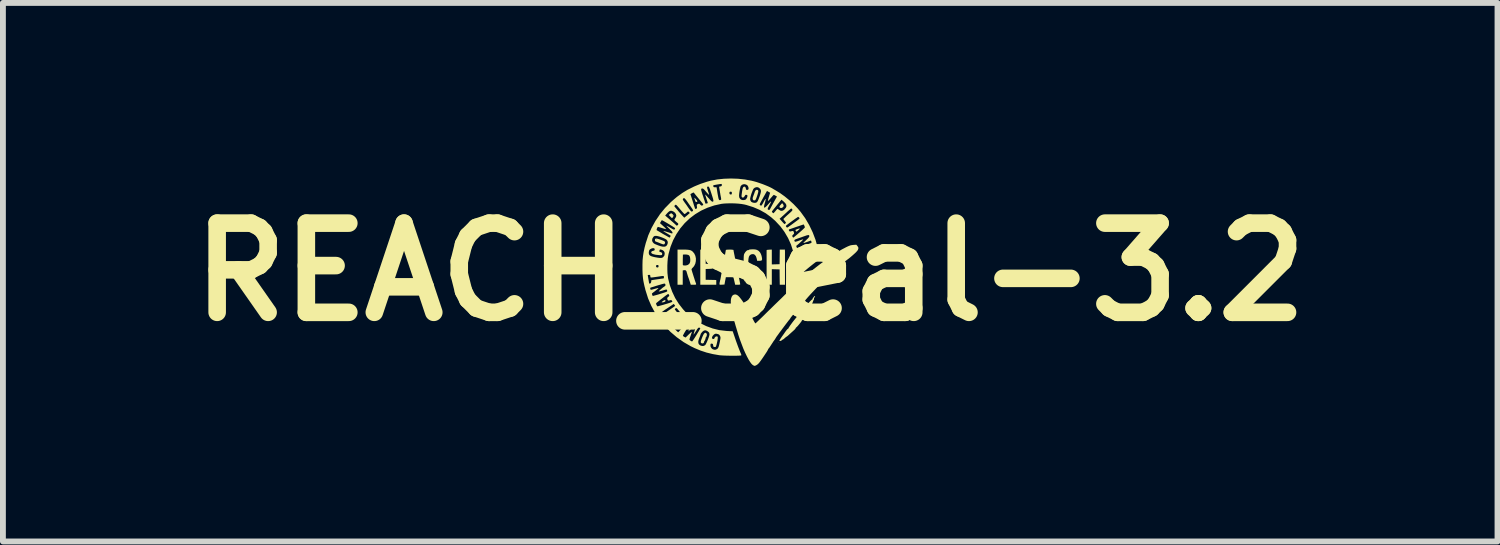
<source format=kicad_pcb>
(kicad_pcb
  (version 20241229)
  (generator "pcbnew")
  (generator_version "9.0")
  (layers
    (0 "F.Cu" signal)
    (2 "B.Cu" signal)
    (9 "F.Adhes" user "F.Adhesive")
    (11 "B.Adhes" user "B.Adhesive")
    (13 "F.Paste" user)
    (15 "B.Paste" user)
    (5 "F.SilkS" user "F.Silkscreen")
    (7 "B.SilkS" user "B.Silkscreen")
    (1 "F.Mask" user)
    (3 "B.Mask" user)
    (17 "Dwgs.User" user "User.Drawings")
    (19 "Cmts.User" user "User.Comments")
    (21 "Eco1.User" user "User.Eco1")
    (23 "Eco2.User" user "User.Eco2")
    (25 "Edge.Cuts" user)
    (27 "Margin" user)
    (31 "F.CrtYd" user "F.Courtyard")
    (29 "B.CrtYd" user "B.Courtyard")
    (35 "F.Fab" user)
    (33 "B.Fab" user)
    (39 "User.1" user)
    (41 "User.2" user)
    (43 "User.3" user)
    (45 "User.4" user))
  (footprint "REACH_Seal-3.2"
    (layer "F.Cu")
    (at 9.768 1.597)
    (property "Reference" "REACH_Seal-3.2" (at 0 0 0) (layer "F.SilkS") (effects (font (size 1.524 1.524) (thickness 0.3))))
    (attr board_only exclude_from_pos_files exclude_from_bom)
    (fp_poly (pts (xy -1.522 0.529) (xy -1.525 0.532) (xy -1.529 0.529) (xy -1.525 0.525)) (stroke (width 0) (type solid)) (fill yes) (layer "F.SilkS"))
    (fp_poly (pts (xy 0.485 1.204) (xy 0.481 1.208) (xy 0.478 1.204) (xy 0.481 1.201)) (stroke (width 0) (type solid)) (fill yes) (layer "F.SilkS"))
    (fp_poly (pts (xy -1.452 0.482) (xy -1.447 0.492) (xy -1.447 0.494) (xy -1.453 0.504) (xy -1.468 0.512) (xy -1.488 0.518) (xy -1.5 0.519) (xy -1.512 0.518) (xy -1.512 0.514) (xy -1.504 0.506) (xy -1.483 0.49) (xy -1.465 0.481)) (stroke (width 0) (type solid)) (fill yes) (layer "F.SilkS"))
    (fp_poly (pts (xy -0.949 -1.265) (xy -0.942 -1.259) (xy -0.927 -1.243) (xy -0.913 -1.226) (xy -0.904 -1.212) (xy -0.904 -1.204) (xy -0.908 -1.2) (xy -0.923 -1.195) (xy -0.933 -1.2) (xy -0.941 -1.218) (xy -0.942 -1.222) (xy -0.948 -1.242) (xy -0.953 -1.259) (xy -0.954 -1.261) (xy -0.955 -1.268)) (stroke (width 0) (type solid)) (fill yes) (layer "F.SilkS"))
    (fp_poly (pts (xy 0.846 -0.739) (xy 0.837 -0.727) (xy 0.825 -0.717) (xy 0.808 -0.702) (xy 0.795 -0.692) (xy 0.79 -0.689) (xy 0.784 -0.695) (xy 0.778 -0.703) (xy 0.773 -0.713) (xy 0.773 -0.718) (xy 0.78 -0.723) (xy 0.797 -0.73) (xy 0.804 -0.733) (xy 0.829 -0.741) (xy 0.844 -0.744)) (stroke (width 0) (type solid)) (fill yes) (layer "F.SilkS"))
    (fp_poly (pts (xy -1.198 0.899) (xy -1.183 0.911) (xy -1.208 0.94) (xy -1.223 0.956) (xy -1.233 0.966) (xy -1.237 0.969) (xy -1.244 0.964) (xy -1.254 0.953) (xy -1.255 0.951) (xy -1.265 0.937) (xy -1.269 0.928) (xy -1.269 0.928) (xy -1.265 0.92) (xy -1.256 0.906) (xy -1.255 0.905) (xy -1.237 0.89) (xy -1.218 0.889)) (stroke (width 0) (type solid)) (fill yes) (layer "F.SilkS"))
    (fp_poly (pts (xy -0.58 -0.301) (xy -0.761 -0.297) (xy -0.761 -0.14) (xy -0.628 -0.136) (xy -0.628 -0.111) (xy -0.629 -0.086) (xy -0.632 -0.07) (xy -0.64 -0.06) (xy -0.656 -0.056) (xy -0.681 -0.054) (xy -0.699 -0.053) (xy -0.761 -0.051) (xy -0.761 0.133) (xy -0.58 0.137) (xy -0.58 0.218) (xy -0.853 0.218) (xy -0.853 -0.382) (xy -0.58 -0.382)) (stroke (width 0) (type solid)) (fill yes) (layer "F.SilkS"))
    (fp_poly (pts (xy 0.559 -1.16) (xy 0.571 -1.14) (xy 0.571 -1.123) (xy 0.559 -1.107) (xy 0.541 -1.095) (xy 0.522 -1.093) (xy 0.506 -1.1) (xy 0.5 -1.11) (xy 0.501 -1.121) (xy 0.51 -1.137) (xy 0.516 -1.143) (xy 0.56 -1.143) (xy 0.563 -1.14) (xy 0.566 -1.143) (xy 0.563 -1.146) (xy 0.56 -1.143) (xy 0.516 -1.143) (xy 0.522 -1.15) (xy 0.545 -1.176)) (stroke (width 0) (type solid)) (fill yes) (layer "F.SilkS"))
    (fp_poly (pts (xy -1.339 -0.998) (xy -1.325 -0.986) (xy -1.314 -0.972) (xy -1.31 -0.962) (xy -1.314 -0.949) (xy -1.322 -0.935) (xy -1.332 -0.924) (xy -1.337 -0.921) (xy -1.344 -0.926) (xy -1.356 -0.938) (xy -1.366 -0.948) (xy -1.376 -0.959) (xy -1.338 -0.959) (xy -1.334 -0.955) (xy -1.331 -0.959) (xy -1.334 -0.962) (xy -1.338 -0.959) (xy -1.376 -0.959) (xy -1.392 -0.975) (xy -1.374 -0.989) (xy -1.36 -0.999) (xy -1.352 -1.003) (xy -1.351 -1.003)) (stroke (width 0) (type solid)) (fill yes) (layer "F.SilkS"))
    (fp_poly (pts (xy 0.128 -1.401) (xy 0.136 -1.393) (xy 0.139 -1.379) (xy 0.135 -1.357) (xy 0.126 -1.325) (xy 0.119 -1.304) (xy 0.108 -1.272) (xy 0.098 -1.247) (xy 0.089 -1.231) (xy 0.084 -1.226) (xy 0.064 -1.222) (xy 0.049 -1.23) (xy 0.049 -1.23) (xy 0.042 -1.246) (xy 0.043 -1.269) (xy 0.051 -1.292) (xy 0.059 -1.314) (xy 0.068 -1.338) (xy 0.069 -1.341) (xy 0.079 -1.372) (xy 0.09 -1.392) (xy 0.101 -1.402) (xy 0.113 -1.404)) (stroke (width 0) (type solid)) (fill yes) (layer "F.SilkS"))
    (fp_poly (pts (xy 0.369 -0.129) (xy 0.435 -0.131) (xy 0.502 -0.133) (xy 0.505 -0.372) (xy 0.58 -0.372) (xy 0.583 -0.369) (xy 0.587 -0.372) (xy 0.583 -0.375) (xy 0.58 -0.372) (xy 0.505 -0.372) (xy 0.505 -0.382) (xy 0.594 -0.382) (xy 0.594 0.218) (xy 0.505 0.218) (xy 0.503 0.087) (xy 0.502 -0.044) (xy 0.435 -0.046) (xy 0.369 -0.048) (xy 0.369 0.218) (xy 0.28 0.218) (xy 0.28 -0.075) (xy 0.28 -0.137) (xy 0.28 -0.195) (xy 0.28 -0.247) (xy 0.28 -0.292) (xy 0.28 -0.329) (xy 0.28 -0.355) (xy 0.28 -0.371) (xy 0.28 -0.374) (xy 0.286 -0.377) (xy 0.302 -0.379) (xy 0.324 -0.381) (xy 0.369 -0.383)) (stroke (width 0) (type solid)) (fill yes) (layer "F.SilkS"))
    (fp_poly (pts (xy -1.583 -0.568) (xy -1.551 -0.558) (xy -1.535 -0.552) (xy -1.501 -0.54) (xy -1.477 -0.53) (xy -1.463 -0.521) (xy -1.456 -0.513) (xy -1.455 -0.503) (xy -1.457 -0.493) (xy -1.464 -0.476) (xy -1.479 -0.471) (xy -1.501 -0.476) (xy -1.514 -0.481) (xy -1.533 -0.488) (xy -1.535 -0.489) (xy -1.561 -0.5) (xy -1.579 -0.507) (xy -1.592 -0.512) (xy -1.604 -0.516) (xy -1.607 -0.517) (xy -1.621 -0.523) (xy -1.627 -0.534) (xy -1.628 -0.547) (xy -1.627 -0.55) (xy -1.601 -0.55) (xy -1.6 -0.546) (xy -1.597 -0.546) (xy -1.591 -0.548) (xy -1.592 -0.55) (xy -1.6 -0.551) (xy -1.601 -0.55) (xy -1.627 -0.55) (xy -1.626 -0.561) (xy -1.619 -0.569) (xy -1.605 -0.572)) (stroke (width 0) (type solid)) (fill yes) (layer "F.SilkS"))
    (fp_poly (pts (xy -0.758 1.04) (xy -0.748 1.046) (xy -0.747 1.051) (xy -0.746 1.058) (xy -0.743 1.059) (xy -0.74 1.066) (xy -0.742 1.081) (xy -0.746 1.098) (xy -0.753 1.112) (xy -0.759 1.119) (xy -0.76 1.119) (xy -0.763 1.122) (xy -0.762 1.123) (xy -0.762 1.132) (xy -0.766 1.147) (xy -0.773 1.165) (xy -0.781 1.181) (xy -0.788 1.189) (xy -0.791 1.194) (xy -0.79 1.194) (xy -0.788 1.199) (xy -0.792 1.208) (xy -0.804 1.219) (xy -0.821 1.221) (xy -0.837 1.214) (xy -0.838 1.213) (xy -0.844 1.205) (xy -0.845 1.194) (xy -0.842 1.177) (xy -0.834 1.153) (xy -0.822 1.121) (xy -0.806 1.084) (xy -0.793 1.059) (xy -0.78 1.045) (xy -0.768 1.039)) (stroke (width 0) (type solid)) (fill yes) (layer "F.SilkS"))
    (fp_poly (pts (xy -1.148 -0.382) (xy -1.101 -0.382) (xy -1.066 -0.38) (xy -1.038 -0.376) (xy -1.017 -0.37) (xy -1 -0.361) (xy -0.983 -0.348) (xy -0.981 -0.346) (xy -0.955 -0.314) (xy -0.937 -0.275) (xy -0.928 -0.231) (xy -0.929 -0.186) (xy -0.938 -0.143) (xy -0.957 -0.104) (xy -0.975 -0.081) (xy -0.991 -0.065) (xy -1.001 -0.051) (xy -1.003 -0.046) (xy -1.001 -0.037) (xy -0.996 -0.018) (xy -0.988 0.009) (xy -0.978 0.04) (xy -0.968 0.073) (xy -0.957 0.106) (xy -0.948 0.135) (xy -0.94 0.159) (xy -0.935 0.173) (xy -0.935 0.174) (xy -0.926 0.196) (xy -0.924 0.21) (xy -0.93 0.216) (xy -0.946 0.218) (xy -0.968 0.218) (xy -1.016 0.218) (xy -1.031 0.169) (xy -1.04 0.141) (xy -1.048 0.116) (xy -1.055 0.099) (xy -1.055 0.098) (xy -1.062 0.079) (xy -1.07 0.054) (xy -1.074 0.04) (xy -1.081 0.017) (xy -1.087 -0.003) (xy -1.089 -0.012) (xy -1.1 -0.027) (xy -1.119 -0.032) (xy -1.136 -0.03) (xy -1.153 -0.026) (xy -1.153 0.218) (xy -1.242 0.218) (xy -1.242 -0.15) (xy -1.152 -0.15) (xy -1.152 -0.13) (xy -1.151 -0.12) (xy -1.151 -0.119) (xy -1.142 -0.113) (xy -1.124 -0.111) (xy -1.102 -0.111) (xy -1.08 -0.116) (xy -1.068 -0.12) (xy -1.049 -0.133) (xy -1.035 -0.149) (xy -1.034 -0.151) (xy -1.026 -0.175) (xy -1.024 -0.207) (xy -1.027 -0.241) (xy -1.031 -0.259) (xy -1.04 -0.278) (xy -1.053 -0.289) (xy -1.064 -0.293) (xy -1.087 -0.298) (xy -1.113 -0.299) (xy -1.119 -0.299) (xy -1.15 -0.297) (xy -1.152 -0.212) (xy -1.152 -0.179) (xy -1.152 -0.15) (xy -1.242 -0.15) (xy -1.242 -0.382)) (stroke (width 0) (type solid)) (fill yes) (layer "F.SilkS"))
    (fp_poly (pts (xy -0.324 -0.382) (xy -0.302 -0.38) (xy -0.289 -0.378) (xy -0.287 -0.377) (xy -0.285 -0.369) (xy -0.282 -0.349) (xy -0.276 -0.319) (xy -0.268 -0.28) (xy -0.259 -0.233) (xy -0.248 -0.179) (xy -0.236 -0.121) (xy -0.229 -0.084) (xy -0.216 -0.023) (xy -0.205 0.034) (xy -0.195 0.085) (xy -0.186 0.13) (xy -0.179 0.166) (xy -0.174 0.192) (xy -0.171 0.208) (xy -0.171 0.211) (xy -0.177 0.215) (xy -0.195 0.218) (xy -0.214 0.218) (xy -0.257 0.218) (xy -0.269 0.165) (xy -0.275 0.139) (xy -0.281 0.116) (xy -0.284 0.102) (xy -0.284 0.101) (xy -0.288 0.095) (xy -0.295 0.091) (xy -0.31 0.09) (xy -0.335 0.089) (xy -0.352 0.089) (xy -0.38 0.089) (xy -0.402 0.089) (xy -0.414 0.09) (xy -0.417 0.09) (xy -0.418 0.097) (xy -0.421 0.115) (xy -0.426 0.139) (xy -0.429 0.154) (xy -0.44 0.215) (xy -0.483 0.217) (xy -0.506 0.218) (xy -0.519 0.217) (xy -0.524 0.213) (xy -0.525 0.204) (xy -0.525 0.203) (xy -0.523 0.184) (xy -0.519 0.167) (xy -0.516 0.152) (xy -0.51 0.127) (xy -0.504 0.097) (xy -0.499 0.068) (xy -0.494 0.039) (xy -0.486 0.00006) (xy -0.483 -0.015) (xy -0.399 -0.015) (xy -0.398 -0.005) (xy -0.395 0.000323) (xy -0.389 0.003) (xy -0.382 0.006) (xy -0.38 0.006) (xy -0.353 0.012) (xy -0.334 0.012) (xy -0.319 0.006) (xy -0.307 -0.001) (xy -0.302 -0.003) (xy -0.302 -0.01) (xy -0.305 -0.027) (xy -0.31 -0.052) (xy -0.313 -0.069) (xy -0.32 -0.101) (xy -0.325 -0.133) (xy -0.329 -0.158) (xy -0.331 -0.165) (xy -0.334 -0.186) (xy -0.336 -0.202) (xy -0.337 -0.206) (xy -0.341 -0.219) (xy -0.344 -0.234) (xy -0.35 -0.248) (xy -0.357 -0.252) (xy -0.361 -0.244) (xy -0.362 -0.237) (xy -0.363 -0.224) (xy -0.366 -0.201) (xy -0.371 -0.172) (xy -0.378 -0.138) (xy -0.378 -0.136) (xy -0.387 -0.09) (xy -0.393 -0.056) (xy -0.397 -0.032) (xy -0.399 -0.015) (xy -0.483 -0.015) (xy -0.477 -0.047) (xy -0.468 -0.099) (xy -0.458 -0.152) (xy -0.45 -0.191) (xy -0.441 -0.238) (xy -0.433 -0.282) (xy -0.426 -0.319) (xy -0.421 -0.349) (xy -0.418 -0.368) (xy -0.416 -0.376) (xy -0.416 -0.376) (xy -0.41 -0.379) (xy -0.393 -0.381) (xy -0.368 -0.382) (xy -0.351 -0.382)) (stroke (width 0) (type solid)) (fill yes) (layer "F.SilkS"))
    (fp_poly (pts (xy 0.081 -0.386) (xy 0.116 -0.377) (xy 0.144 -0.36) (xy 0.167 -0.335) (xy 0.172 -0.327) (xy 0.183 -0.306) (xy 0.192 -0.281) (xy 0.198 -0.256) (xy 0.202 -0.232) (xy 0.203 -0.215) (xy 0.199 -0.206) (xy 0.199 -0.206) (xy 0.194 -0.2) (xy 0.195 -0.197) (xy 0.191 -0.194) (xy 0.176 -0.192) (xy 0.158 -0.191) (xy 0.118 -0.191) (xy 0.113 -0.22) (xy 0.106 -0.245) (xy 0.096 -0.271) (xy 0.094 -0.274) (xy 0.075 -0.296) (xy 0.051 -0.306) (xy 0.024 -0.303) (xy 0.009 -0.297) (xy -0.004 -0.288) (xy -0.015 -0.275) (xy -0.023 -0.258) (xy -0.028 -0.235) (xy -0.032 -0.203) (xy -0.033 -0.163) (xy -0.034 -0.111) (xy -0.033 -0.066) (xy -0.032 -0.018) (xy -0.031 0.019) (xy -0.03 0.046) (xy -0.028 0.066) (xy -0.026 0.08) (xy -0.022 0.091) (xy -0.017 0.101) (xy -0.014 0.107) (xy -0.002 0.126) (xy 0.012 0.136) (xy 0.029 0.14) (xy 0.058 0.139) (xy 0.083 0.126) (xy 0.101 0.102) (xy 0.112 0.068) (xy 0.114 0.052) (xy 0.117 0.03) (xy 0.122 0.017) (xy 0.133 0.01) (xy 0.153 0.008) (xy 0.172 0.008) (xy 0.205 0.008) (xy 0.204 0.04) (xy 0.202 0.073) (xy 0.196 0.105) (xy 0.188 0.135) (xy 0.178 0.158) (xy 0.167 0.173) (xy 0.159 0.177) (xy 0.151 0.183) (xy 0.15 0.186) (xy 0.145 0.195) (xy 0.132 0.206) (xy 0.13 0.207) (xy 0.112 0.213) (xy 0.085 0.218) (xy 0.053 0.222) (xy 0.022 0.223) (xy -0.006 0.222) (xy -0.021 0.219) (xy -0.041 0.21) (xy -0.06 0.198) (xy -0.073 0.185) (xy -0.079 0.174) (xy -0.079 0.172) (xy -0.079 0.166) (xy -0.082 0.167) (xy -0.089 0.164) (xy -0.098 0.153) (xy -0.1 0.149) (xy -0.104 0.141) (xy -0.107 0.132) (xy -0.109 0.119) (xy -0.11 0.101) (xy -0.111 0.077) (xy -0.112 0.045) (xy -0.112 0.003) (xy -0.113 -0.051) (xy -0.113 -0.082) (xy -0.113 -0.141) (xy -0.112 -0.188) (xy -0.112 -0.224) (xy -0.111 -0.252) (xy -0.11 -0.272) (xy -0.108 -0.288) (xy -0.106 -0.299) (xy -0.103 -0.308) (xy -0.099 -0.316) (xy -0.097 -0.318) (xy -0.083 -0.341) (xy -0.066 -0.359) (xy -0.05 -0.371) (xy -0.037 -0.373) (xy -0.037 -0.373) (xy -0.027 -0.374) (xy -0.025 -0.377) (xy -0.017 -0.382) (xy 0.004 -0.385) (xy 0.035 -0.387)) (stroke (width 0) (type solid)) (fill yes) (layer "F.SilkS"))
    (fp_poly (pts (xy 1.108 0.415) (xy 1.106 0.425) (xy 1.099 0.436) (xy 1.093 0.439) (xy 1.089 0.443) (xy 1.09 0.451) (xy 1.09 0.466) (xy 1.087 0.473) (xy 1.08 0.484) (xy 1.073 0.503) (xy 1.071 0.508) (xy 1.065 0.525) (xy 1.055 0.549) (xy 1.043 0.575) (xy 1.03 0.602) (xy 1.018 0.625) (xy 1.009 0.641) (xy 1.004 0.648) (xy 0.998 0.656) (xy 0.991 0.672) (xy 0.99 0.674) (xy 0.983 0.689) (xy 0.976 0.696) (xy 0.975 0.696) (xy 0.969 0.701) (xy 0.969 0.705) (xy 0.965 0.714) (xy 0.956 0.731) (xy 0.942 0.753) (xy 0.927 0.776) (xy 0.912 0.797) (xy 0.899 0.815) (xy 0.889 0.824) (xy 0.887 0.826) (xy 0.881 0.831) (xy 0.88 0.834) (xy 0.876 0.843) (xy 0.865 0.858) (xy 0.849 0.878) (xy 0.831 0.9) (xy 0.814 0.92) (xy 0.798 0.937) (xy 0.787 0.947) (xy 0.784 0.949) (xy 0.779 0.954) (xy 0.778 0.958) (xy 0.773 0.967) (xy 0.761 0.982) (xy 0.745 0.997) (xy 0.705 1.033) (xy 0.674 1.061) (xy 0.652 1.081) (xy 0.636 1.095) (xy 0.626 1.102) (xy 0.621 1.105) (xy 0.621 1.106) (xy 0.613 1.11) (xy 0.6 1.121) (xy 0.591 1.129) (xy 0.575 1.143) (xy 0.563 1.152) (xy 0.559 1.153) (xy 0.55 1.158) (xy 0.539 1.167) (xy 0.526 1.176) (xy 0.511 1.18) (xy 0.501 1.179) (xy 0.498 1.174) (xy 0.502 1.166) (xy 0.503 1.164) (xy 0.505 1.164) (xy 0.508 1.167) (xy 0.512 1.164) (xy 0.508 1.16) (xy 0.505 1.164) (xy 0.503 1.164) (xy 0.512 1.149) (xy 0.527 1.126) (xy 0.545 1.099) (xy 0.546 1.098) (xy 0.576 1.056) (xy 0.598 1.024) (xy 0.615 1.001) (xy 0.628 0.985) (xy 0.636 0.976) (xy 0.643 0.971) (xy 0.647 0.969) (xy 0.653 0.966) (xy 0.652 0.963) (xy 0.655 0.956) (xy 0.665 0.941) (xy 0.679 0.919) (xy 0.698 0.893) (xy 0.718 0.865) (xy 0.739 0.838) (xy 0.759 0.813) (xy 0.776 0.792) (xy 0.776 0.791) (xy 0.784 0.782) (xy 0.798 0.765) (xy 0.816 0.742) (xy 0.83 0.725) (xy 0.849 0.702) (xy 0.865 0.683) (xy 0.877 0.672) (xy 0.881 0.669) (xy 0.887 0.663) (xy 0.887 0.661) (xy 0.891 0.653) (xy 0.893 0.652) (xy 0.901 0.652) (xy 0.904 0.655) (xy 0.908 0.652) (xy 0.904 0.648) (xy 0.901 0.652) (xy 0.893 0.652) (xy 0.903 0.637) (xy 0.921 0.616) (xy 0.942 0.591) (xy 0.966 0.564) (xy 0.99 0.537) (xy 1.013 0.512) (xy 1.033 0.491) (xy 1.049 0.476) (xy 1.058 0.469) (xy 1.059 0.469) (xy 1.064 0.469) (xy 1.063 0.466) (xy 1.064 0.458) (xy 1.072 0.444) (xy 1.084 0.428) (xy 1.096 0.416) (xy 1.105 0.41) (xy 1.106 0.409)) (stroke (width 0) (type solid)) (fill yes) (layer "F.SilkS"))
    (fp_poly (pts (xy 1.831 -0.444) (xy 1.846 -0.422) (xy 1.848 -0.401) (xy 1.84 -0.377) (xy 1.84 -0.377) (xy 1.827 -0.359) (xy 1.805 -0.335) (xy 1.775 -0.307) (xy 1.74 -0.276) (xy 1.701 -0.243) (xy 1.659 -0.211) (xy 1.655 -0.208) (xy 1.632 -0.19) (xy 1.61 -0.173) (xy 1.585 -0.151) (xy 1.57 -0.139) (xy 1.554 -0.125) (xy 1.531 -0.105) (xy 1.506 -0.083) (xy 1.495 -0.074) (xy 1.467 -0.051) (xy 1.443 -0.03) (xy 1.42 -0.01) (xy 1.397 0.012) (xy 1.372 0.035) (xy 1.343 0.063) (xy 1.309 0.096) (xy 1.269 0.136) (xy 1.225 0.179) (xy 1.183 0.221) (xy 1.141 0.264) (xy 1.101 0.306) (xy 1.064 0.345) (xy 1.033 0.378) (xy 1.009 0.405) (xy 1.007 0.407) (xy 0.981 0.436) (xy 0.958 0.463) (xy 0.939 0.485) (xy 0.926 0.5) (xy 0.923 0.504) (xy 0.91 0.518) (xy 0.893 0.538) (xy 0.879 0.555) (xy 0.863 0.574) (xy 0.849 0.589) (xy 0.843 0.597) (xy 0.835 0.606) (xy 0.822 0.622) (xy 0.809 0.638) (xy 0.794 0.657) (xy 0.781 0.672) (xy 0.775 0.68) (xy 0.767 0.689) (xy 0.754 0.705) (xy 0.744 0.717) (xy 0.726 0.738) (xy 0.708 0.76) (xy 0.701 0.768) (xy 0.69 0.783) (xy 0.683 0.795) (xy 0.682 0.797) (xy 0.678 0.806) (xy 0.676 0.806) (xy 0.67 0.813) (xy 0.656 0.83) (xy 0.635 0.857) (xy 0.607 0.894) (xy 0.573 0.939) (xy 0.541 0.982) (xy 0.529 0.999) (xy 0.514 1.018) (xy 0.512 1.021) (xy 0.496 1.042) (xy 0.48 1.065) (xy 0.478 1.068) (xy 0.465 1.085) (xy 0.455 1.099) (xy 0.453 1.101) (xy 0.445 1.113) (xy 0.435 1.13) (xy 0.434 1.131) (xy 0.424 1.148) (xy 0.415 1.161) (xy 0.415 1.161) (xy 0.408 1.17) (xy 0.395 1.188) (xy 0.379 1.213) (xy 0.362 1.239) (xy 0.345 1.265) (xy 0.33 1.288) (xy 0.319 1.303) (xy 0.313 1.309) (xy 0.307 1.317) (xy 0.307 1.319) (xy 0.303 1.329) (xy 0.293 1.347) (xy 0.277 1.373) (xy 0.257 1.403) (xy 0.235 1.436) (xy 0.212 1.47) (xy 0.189 1.503) (xy 0.167 1.533) (xy 0.155 1.549) (xy 0.133 1.573) (xy 0.108 1.591) (xy 0.085 1.602) (xy 0.074 1.604) (xy 0.062 1.6) (xy 0.046 1.591) (xy 0.045 1.591) (xy 0.023 1.571) (xy -0.001 1.539) (xy -0.028 1.496) (xy -0.056 1.443) (xy -0.086 1.381) (xy -0.116 1.313) (xy -0.145 1.237) (xy -0.175 1.157) (xy -0.203 1.073) (xy -0.222 1.01) (xy -0.234 0.969) (xy -0.247 0.927) (xy -0.258 0.888) (xy -0.267 0.857) (xy -0.269 0.852) (xy -0.291 0.772) (xy -0.309 0.696) (xy -0.322 0.625) (xy -0.329 0.562) (xy -0.332 0.508) (xy -0.329 0.464) (xy -0.328 0.459) (xy -0.317 0.424) (xy -0.3 0.399) (xy -0.277 0.386) (xy -0.25 0.384) (xy -0.226 0.392) (xy -0.204 0.408) (xy -0.179 0.434) (xy -0.151 0.47) (xy -0.121 0.512) (xy -0.092 0.56) (xy -0.082 0.578) (xy -0.073 0.594) (xy -0.06 0.616) (xy -0.047 0.638) (xy -0.034 0.66) (xy -0.019 0.685) (xy -0.003 0.716) (xy 0.018 0.754) (xy 0.043 0.801) (xy 0.06 0.834) (xy 0.072 0.856) (xy 0.083 0.872) (xy 0.089 0.879) (xy 0.09 0.879) (xy 0.095 0.874) (xy 0.11 0.86) (xy 0.132 0.839) (xy 0.161 0.811) (xy 0.197 0.777) (xy 0.237 0.738) (xy 0.281 0.694) (xy 0.328 0.648) (xy 0.336 0.641) (xy 0.41 0.568) (xy 0.476 0.504) (xy 0.534 0.448) (xy 0.584 0.398) (xy 0.629 0.355) (xy 0.669 0.317) (xy 0.705 0.283) (xy 0.737 0.253) (xy 0.767 0.225) (xy 0.778 0.215) (xy 0.82 0.176) (xy 0.854 0.145) (xy 0.881 0.12) (xy 0.902 0.101) (xy 0.919 0.086) (xy 0.934 0.074) (xy 0.948 0.062) (xy 0.962 0.051) (xy 0.962 0.051) (xy 0.99 0.029) (xy 1.021 0.004) (xy 1.049 -0.02) (xy 1.05 -0.021) (xy 1.078 -0.044) (xy 1.111 -0.07) (xy 1.151 -0.101) (xy 1.199 -0.138) (xy 1.225 -0.157) (xy 1.247 -0.173) (xy 1.277 -0.195) (xy 1.311 -0.219) (xy 1.347 -0.245) (xy 1.382 -0.269) (xy 1.412 -0.29) (xy 1.435 -0.305) (xy 1.44 -0.308) (xy 1.482 -0.335) (xy 1.515 -0.356) (xy 1.545 -0.373) (xy 1.573 -0.389) (xy 1.604 -0.405) (xy 1.63 -0.419) (xy 1.665 -0.436) (xy 1.691 -0.447) (xy 1.713 -0.455) (xy 1.734 -0.459) (xy 1.757 -0.462) (xy 1.76 -0.462) (xy 1.813 -0.466)) (stroke (width 0) (type solid)) (fill yes) (layer "F.SilkS"))
    (fp_poly (pts (xy -0.208 -1.593) (xy -0.089 -1.58) (xy 0.024 -1.559) (xy 0.068 -1.548) (xy 0.114 -1.535) (xy 0.163 -1.518) (xy 0.215 -1.5) (xy 0.265 -1.48) (xy 0.311 -1.461) (xy 0.351 -1.442) (xy 0.381 -1.426) (xy 0.387 -1.422) (xy 0.402 -1.413) (xy 0.423 -1.401) (xy 0.435 -1.394) (xy 0.51 -1.348) (xy 0.588 -1.292) (xy 0.666 -1.228) (xy 0.741 -1.159) (xy 0.81 -1.087) (xy 0.861 -1.027) (xy 0.939 -0.919) (xy 1.008 -0.801) (xy 1.067 -0.678) (xy 1.116 -0.549) (xy 1.152 -0.419) (xy 1.17 -0.328) (xy 1.176 -0.287) (xy 1.18 -0.257) (xy 1.18 -0.236) (xy 1.177 -0.22) (xy 1.17 -0.209) (xy 1.158 -0.198) (xy 1.148 -0.191) (xy 1.118 -0.168) (xy 1.08 -0.139) (xy 1.036 -0.104) (xy 0.988 -0.065) (xy 0.939 -0.024) (xy 0.889 0.018) (xy 0.843 0.058) (xy 0.801 0.094) (xy 0.779 0.114) (xy 0.764 0.127) (xy 0.753 0.135) (xy 0.75 0.136) (xy 0.75 0.13) (xy 0.751 0.114) (xy 0.754 0.09) (xy 0.756 0.077) (xy 0.76 0.036) (xy 0.763 -0.014) (xy 0.765 -0.068) (xy 0.764 -0.123) (xy 0.763 -0.174) (xy 0.759 -0.217) (xy 0.757 -0.23) (xy 0.741 -0.312) (xy 0.818 -0.312) (xy 0.821 -0.302) (xy 0.825 -0.294) (xy 0.83 -0.29) (xy 0.838 -0.289) (xy 0.852 -0.289) (xy 0.874 -0.293) (xy 0.906 -0.299) (xy 0.926 -0.302) (xy 0.97 -0.311) (xy 1.002 -0.316) (xy 1.024 -0.319) (xy 1.039 -0.32) (xy 1.047 -0.317) (xy 1.052 -0.311) (xy 1.055 -0.303) (xy 1.055 -0.3) (xy 1.06 -0.285) (xy 1.069 -0.281) (xy 1.077 -0.281) (xy 1.089 -0.284) (xy 1.094 -0.292) (xy 1.094 -0.307) (xy 1.091 -0.326) (xy 1.087 -0.352) (xy 1.081 -0.38) (xy 1.075 -0.405) (xy 1.071 -0.419) (xy 1.066 -0.425) (xy 1.058 -0.425) (xy 1.052 -0.424) (xy 1.04 -0.419) (xy 1.036 -0.409) (xy 1.036 -0.394) (xy 1.037 -0.386) (xy 1.037 -0.38) (xy 1.035 -0.375) (xy 1.029 -0.37) (xy 1.018 -0.366) (xy 0.999 -0.361) (xy 0.971 -0.356) (xy 0.933 -0.348) (xy 0.896 -0.341) (xy 0.86 -0.333) (xy 0.836 -0.327) (xy 0.823 -0.32) (xy 0.818 -0.312) (xy 0.741 -0.312) (xy 0.733 -0.353) (xy 0.696 -0.47) (xy 0.663 -0.544) (xy 0.754 -0.544) (xy 0.755 -0.537) (xy 0.755 -0.536) (xy 0.76 -0.522) (xy 0.764 -0.517) (xy 0.772 -0.517) (xy 0.79 -0.521) (xy 0.815 -0.528) (xy 0.836 -0.536) (xy 0.864 -0.546) (xy 0.886 -0.553) (xy 0.901 -0.557) (xy 0.906 -0.557) (xy 0.902 -0.552) (xy 0.891 -0.539) (xy 0.874 -0.523) (xy 0.853 -0.504) (xy 0.832 -0.484) (xy 0.812 -0.467) (xy 0.796 -0.453) (xy 0.786 -0.447) (xy 0.787 -0.44) (xy 0.791 -0.428) (xy 0.796 -0.416) (xy 0.8 -0.41) (xy 0.8 -0.409) (xy 0.807 -0.412) (xy 0.825 -0.417) (xy 0.849 -0.426) (xy 0.878 -0.436) (xy 0.908 -0.446) (xy 0.934 -0.455) (xy 0.952 -0.462) (xy 0.959 -0.465) (xy 0.969 -0.469) (xy 0.987 -0.476) (xy 1.003 -0.481) (xy 1.028 -0.49) (xy 1.043 -0.497) (xy 1.048 -0.504) (xy 1.047 -0.514) (xy 1.045 -0.52) (xy 1.038 -0.538) (xy 0.992 -0.521) (xy 0.956 -0.508) (xy 0.932 -0.5) (xy 0.917 -0.496) (xy 0.909 -0.495) (xy 0.908 -0.496) (xy 0.912 -0.502) (xy 0.925 -0.516) (xy 0.944 -0.533) (xy 0.959 -0.548) (xy 0.985 -0.573) (xy 1.001 -0.592) (xy 1.009 -0.606) (xy 1.01 -0.612) (xy 1.008 -0.624) (xy 1 -0.631) (xy 0.985 -0.63) (xy 0.96 -0.624) (xy 0.941 -0.617) (xy 0.912 -0.607) (xy 0.876 -0.594) (xy 0.838 -0.581) (xy 0.821 -0.575) (xy 0.79 -0.564) (xy 0.77 -0.556) (xy 0.759 -0.549) (xy 0.754 -0.544) (xy 0.663 -0.544) (xy 0.646 -0.581) (xy 0.585 -0.685) (xy 0.558 -0.722) (xy 0.659 -0.722) (xy 0.661 -0.71) (xy 0.663 -0.706) (xy 0.673 -0.693) (xy 0.685 -0.692) (xy 0.685 -0.692) (xy 0.71 -0.698) (xy 0.726 -0.701) (xy 0.734 -0.699) (xy 0.739 -0.694) (xy 0.743 -0.686) (xy 0.749 -0.668) (xy 0.748 -0.655) (xy 0.737 -0.642) (xy 0.733 -0.638) (xy 0.721 -0.625) (xy 0.718 -0.615) (xy 0.722 -0.604) (xy 0.73 -0.591) (xy 0.735 -0.587) (xy 0.742 -0.591) (xy 0.757 -0.603) (xy 0.779 -0.621) (xy 0.806 -0.644) (xy 0.836 -0.67) (xy 0.866 -0.696) (xy 0.893 -0.72) (xy 0.914 -0.74) (xy 0.928 -0.755) (xy 0.934 -0.761) (xy 0.932 -0.771) (xy 0.927 -0.786) (xy 0.92 -0.801) (xy 0.914 -0.811) (xy 0.912 -0.812) (xy 0.905 -0.81) (xy 0.888 -0.804) (xy 0.863 -0.796) (xy 0.832 -0.785) (xy 0.798 -0.774) (xy 0.764 -0.762) (xy 0.73 -0.75) (xy 0.701 -0.74) (xy 0.678 -0.732) (xy 0.664 -0.727) (xy 0.664 -0.727) (xy 0.659 -0.722) (xy 0.558 -0.722) (xy 0.512 -0.783) (xy 0.509 -0.786) (xy 0.61 -0.786) (xy 0.613 -0.775) (xy 0.615 -0.772) (xy 0.625 -0.761) (xy 0.631 -0.758) (xy 0.639 -0.762) (xy 0.655 -0.772) (xy 0.679 -0.789) (xy 0.707 -0.809) (xy 0.73 -0.826) (xy 0.769 -0.855) (xy 0.799 -0.877) (xy 0.82 -0.893) (xy 0.833 -0.904) (xy 0.841 -0.912) (xy 0.843 -0.917) (xy 0.842 -0.921) (xy 0.839 -0.925) (xy 0.836 -0.929) (xy 0.825 -0.939) (xy 0.818 -0.942) (xy 0.811 -0.938) (xy 0.796 -0.927) (xy 0.773 -0.912) (xy 0.747 -0.893) (xy 0.718 -0.872) (xy 0.689 -0.851) (xy 0.662 -0.831) (xy 0.639 -0.813) (xy 0.622 -0.8) (xy 0.615 -0.795) (xy 0.61 -0.786) (xy 0.509 -0.786) (xy 0.428 -0.873) (xy 0.387 -0.909) (xy 0.502 -0.909) (xy 0.542 -0.864) (xy 0.56 -0.844) (xy 0.575 -0.828) (xy 0.585 -0.82) (xy 0.587 -0.819) (xy 0.595 -0.823) (xy 0.603 -0.831) (xy 0.609 -0.839) (xy 0.609 -0.847) (xy 0.601 -0.858) (xy 0.59 -0.872) (xy 0.577 -0.888) (xy 0.569 -0.901) (xy 0.567 -0.905) (xy 0.572 -0.912) (xy 0.586 -0.925) (xy 0.606 -0.945) (xy 0.631 -0.968) (xy 0.648 -0.983) (xy 0.678 -1.01) (xy 0.699 -1.029) (xy 0.712 -1.043) (xy 0.719 -1.053) (xy 0.722 -1.06) (xy 0.72 -1.066) (xy 0.718 -1.07) (xy 0.708 -1.081) (xy 0.702 -1.085) (xy 0.694 -1.081) (xy 0.679 -1.069) (xy 0.658 -1.051) (xy 0.633 -1.029) (xy 0.626 -1.022) (xy 0.598 -0.996) (xy 0.571 -0.971) (xy 0.547 -0.95) (xy 0.531 -0.935) (xy 0.53 -0.934) (xy 0.502 -0.909) (xy 0.387 -0.909) (xy 0.358 -0.935) (xy 0.265 -1.003) (xy 0.215 -1.031) (xy 0.371 -1.031) (xy 0.371 -1.026) (xy 0.375 -1.021) (xy 0.379 -1.017) (xy 0.39 -1.007) (xy 0.396 -1.003) (xy 0.402 -1.008) (xy 0.414 -1.021) (xy 0.43 -1.039) (xy 0.431 -1.041) (xy 0.446 -1.059) (xy 0.459 -1.073) (xy 0.466 -1.078) (xy 0.466 -1.078) (xy 0.475 -1.074) (xy 0.489 -1.065) (xy 0.494 -1.061) (xy 0.521 -1.046) (xy 0.546 -1.045) (xy 0.572 -1.057) (xy 0.587 -1.07) (xy 0.609 -1.097) (xy 0.619 -1.123) (xy 0.616 -1.148) (xy 0.601 -1.174) (xy 0.572 -1.203) (xy 0.564 -1.21) (xy 0.534 -1.235) (xy 0.504 -1.199) (xy 0.488 -1.179) (xy 0.474 -1.163) (xy 0.466 -1.153) (xy 0.458 -1.143) (xy 0.444 -1.126) (xy 0.427 -1.105) (xy 0.422 -1.099) (xy 0.399 -1.071) (xy 0.384 -1.052) (xy 0.374 -1.039) (xy 0.371 -1.031) (xy 0.215 -1.031) (xy 0.162 -1.061) (xy 0.052 -1.108) (xy -0.066 -1.145) (xy -0.099 -1.153) (xy 0.163 -1.153) (xy 0.164 -1.146) (xy 0.167 -1.142) (xy 0.168 -1.142) (xy 0.181 -1.134) (xy 0.188 -1.133) (xy 0.194 -1.138) (xy 0.205 -1.154) (xy 0.218 -1.175) (xy 0.224 -1.187) (xy 0.242 -1.22) (xy 0.255 -1.241) (xy 0.263 -1.249) (xy 0.265 -1.244) (xy 0.262 -1.227) (xy 0.255 -1.196) (xy 0.249 -1.176) (xy 0.239 -1.139) (xy 0.236 -1.113) (xy 0.238 -1.1) (xy 0.247 -1.099) (xy 0.263 -1.11) (xy 0.286 -1.132) (xy 0.301 -1.149) (xy 0.327 -1.178) (xy 0.344 -1.196) (xy 0.354 -1.203) (xy 0.356 -1.2) (xy 0.35 -1.185) (xy 0.338 -1.16) (xy 0.329 -1.145) (xy 0.313 -1.115) (xy 0.303 -1.095) (xy 0.299 -1.082) (xy 0.298 -1.074) (xy 0.301 -1.069) (xy 0.304 -1.067) (xy 0.316 -1.06) (xy 0.326 -1.06) (xy 0.336 -1.07) (xy 0.348 -1.091) (xy 0.351 -1.097) (xy 0.37 -1.132) (xy 0.392 -1.173) (xy 0.417 -1.217) (xy 0.44 -1.259) (xy 0.441 -1.26) (xy 0.457 -1.289) (xy 0.433 -1.303) (xy 0.416 -1.312) (xy 0.405 -1.317) (xy 0.403 -1.317) (xy 0.396 -1.312) (xy 0.383 -1.299) (xy 0.366 -1.279) (xy 0.351 -1.262) (xy 0.332 -1.24) (xy 0.316 -1.223) (xy 0.305 -1.214) (xy 0.302 -1.213) (xy 0.303 -1.223) (xy 0.307 -1.242) (xy 0.314 -1.268) (xy 0.32 -1.287) (xy 0.328 -1.315) (xy 0.335 -1.337) (xy 0.339 -1.351) (xy 0.339 -1.355) (xy 0.333 -1.358) (xy 0.319 -1.366) (xy 0.312 -1.37) (xy 0.287 -1.385) (xy 0.27 -1.356) (xy 0.261 -1.34) (xy 0.247 -1.314) (xy 0.229 -1.283) (xy 0.211 -1.249) (xy 0.205 -1.239) (xy 0.186 -1.204) (xy 0.173 -1.18) (xy 0.166 -1.163) (xy 0.163 -1.153) (xy -0.099 -1.153) (xy -0.104 -1.154) (xy -0.15 -1.162) (xy -0.206 -1.168) (xy -0.267 -1.172) (xy -0.331 -1.173) (xy -0.393 -1.172) (xy -0.449 -1.169) (xy -0.492 -1.164) (xy -0.614 -1.137) (xy -0.73 -1.098) (xy -0.839 -1.048) (xy -0.94 -0.987) (xy -1.034 -0.916) (xy -1.119 -0.835) (xy -1.195 -0.745) (xy -1.261 -0.647) (xy -1.317 -0.542) (xy -1.362 -0.429) (xy -1.395 -0.309) (xy -1.4 -0.285) (xy -1.408 -0.234) (xy -1.413 -0.175) (xy -1.416 -0.11) (xy -1.416 -0.044) (xy -1.414 0.018) (xy -1.408 0.074) (xy -1.404 0.106) (xy -1.374 0.225) (xy -1.333 0.338) (xy -1.282 0.446) (xy -1.219 0.546) (xy -1.148 0.637) (xy -1.113 0.675) (xy -1.069 0.719) (xy -1.031 0.754) (xy -0.994 0.785) (xy -0.957 0.812) (xy -0.916 0.838) (xy -0.867 0.867) (xy -0.858 0.872) (xy -0.751 0.925) (xy -0.642 0.965) (xy -0.53 0.993) (xy -0.413 1.007) (xy -0.387 1.009) (xy -0.299 1.013) (xy -0.263 1.119) (xy -0.244 1.175) (xy -0.224 1.23) (xy -0.205 1.282) (xy -0.187 1.328) (xy -0.172 1.366) (xy -0.16 1.393) (xy -0.16 1.394) (xy -0.153 1.411) (xy -0.152 1.423) (xy -0.153 1.424) (xy -0.162 1.427) (xy -0.183 1.429) (xy -0.212 1.43) (xy -0.249 1.431) (xy -0.291 1.431) (xy -0.335 1.431) (xy -0.38 1.43) (xy -0.424 1.429) (xy -0.463 1.427) (xy -0.496 1.425) (xy -0.521 1.423) (xy -0.522 1.423) (xy -0.638 1.403) (xy -0.745 1.377) (xy -0.848 1.343) (xy -0.949 1.301) (xy -1.017 1.268) (xy -1.14 1.197) (xy -1.145 1.193) (xy -0.888 1.193) (xy -0.885 1.218) (xy -0.875 1.237) (xy -0.873 1.239) (xy -0.849 1.257) (xy -0.821 1.265) (xy -0.794 1.263) (xy -0.77 1.25) (xy -0.769 1.249) (xy -0.763 1.241) (xy -0.679 1.241) (xy -0.679 1.268) (xy -0.668 1.294) (xy -0.65 1.314) (xy -0.64 1.32) (xy -0.615 1.329) (xy -0.594 1.329) (xy -0.572 1.32) (xy -0.56 1.312) (xy -0.55 1.3) (xy -0.541 1.282) (xy -0.533 1.256) (xy -0.525 1.22) (xy -0.519 1.193) (xy -0.513 1.16) (xy -0.509 1.137) (xy -0.508 1.121) (xy -0.51 1.109) (xy -0.514 1.097) (xy -0.514 1.096) (xy -0.527 1.075) (xy -0.545 1.063) (xy -0.572 1.056) (xy -0.577 1.055) (xy -0.595 1.055) (xy -0.61 1.062) (xy -0.625 1.074) (xy -0.641 1.092) (xy -0.651 1.111) (xy -0.652 1.117) (xy -0.654 1.132) (xy -0.648 1.139) (xy -0.638 1.142) (xy -0.624 1.145) (xy -0.618 1.145) (xy -0.606 1.12) (xy -0.593 1.106) (xy -0.579 1.1) (xy -0.578 1.1) (xy -0.561 1.102) (xy -0.555 1.109) (xy -0.554 1.122) (xy -0.556 1.145) (xy -0.56 1.174) (xy -0.567 1.206) (xy -0.574 1.237) (xy -0.578 1.251) (xy -0.584 1.27) (xy -0.591 1.28) (xy -0.6 1.282) (xy -0.609 1.282) (xy -0.624 1.279) (xy -0.631 1.271) (xy -0.633 1.254) (xy -0.633 1.254) (xy -0.636 1.237) (xy -0.639 1.229) (xy -0.64 1.228) (xy -0.65 1.227) (xy -0.66 1.224) (xy -0.671 1.224) (xy -0.677 1.233) (xy -0.679 1.241) (xy -0.763 1.241) (xy -0.76 1.236) (xy -0.748 1.213) (xy -0.735 1.184) (xy -0.722 1.152) (xy -0.71 1.12) (xy -0.701 1.092) (xy -0.697 1.071) (xy -0.696 1.065) (xy -0.701 1.04) (xy -0.711 1.026) (xy -0.74 1.005) (xy -0.766 0.996) (xy -0.791 1.001) (xy -0.815 1.019) (xy -0.82 1.024) (xy -0.834 1.041) (xy -0.844 1.054) (xy -0.846 1.06) (xy -0.849 1.07) (xy -0.855 1.088) (xy -0.864 1.113) (xy -0.867 1.119) (xy -0.882 1.16) (xy -0.888 1.193) (xy -1.145 1.193) (xy -1.255 1.115) (xy -1.282 1.092) (xy -1.15 1.092) (xy -1.15 1.092) (xy -1.141 1.1) (xy -1.126 1.109) (xy -1.125 1.11) (xy -1.104 1.12) (xy -1.05 1.067) (xy -1.029 1.047) (xy -1.011 1.031) (xy -1 1.023) (xy -0.996 1.022) (xy -0.999 1.032) (xy -1.005 1.051) (xy -1.014 1.076) (xy -1.019 1.091) (xy -1.029 1.118) (xy -1.035 1.14) (xy -1.038 1.155) (xy -1.038 1.158) (xy -1.028 1.168) (xy -1.013 1.178) (xy -0.999 1.186) (xy -0.993 1.187) (xy -0.988 1.182) (xy -0.976 1.166) (xy -0.96 1.143) (xy -0.941 1.113) (xy -0.92 1.079) (xy -0.92 1.079) (xy -0.899 1.044) (xy -0.88 1.013) (xy -0.866 0.988) (xy -0.856 0.971) (xy -0.853 0.964) (xy -0.859 0.957) (xy -0.87 0.95) (xy -0.877 0.947) (xy -0.884 0.948) (xy -0.891 0.955) (xy -0.901 0.969) (xy -0.915 0.992) (xy -0.925 1.008) (xy -0.941 1.033) (xy -0.954 1.053) (xy -0.963 1.066) (xy -0.967 1.069) (xy -0.966 1.062) (xy -0.962 1.044) (xy -0.955 1.02) (xy -0.946 0.991) (xy -0.936 0.961) (xy -0.926 0.932) (xy -0.923 0.924) (xy -0.926 0.915) (xy -0.932 0.912) (xy -0.941 0.912) (xy -0.954 0.92) (xy -0.972 0.936) (xy -0.998 0.961) (xy -1.001 0.964) (xy -1.023 0.985) (xy -1.041 1.001) (xy -1.053 1.011) (xy -1.058 1.013) (xy -1.058 1.013) (xy -1.054 1.004) (xy -1.045 0.988) (xy -1.035 0.972) (xy -1.02 0.948) (xy -1.005 0.924) (xy -0.993 0.904) (xy -0.985 0.889) (xy -0.983 0.884) (xy -0.988 0.879) (xy -0.999 0.871) (xy -1.008 0.866) (xy -1.015 0.866) (xy -1.023 0.874) (xy -1.035 0.891) (xy -1.038 0.896) (xy -1.051 0.916) (xy -1.06 0.931) (xy -1.064 0.938) (xy -1.068 0.946) (xy -1.079 0.964) (xy -1.093 0.987) (xy -1.11 1.015) (xy -1.11 1.015) (xy -1.127 1.043) (xy -1.14 1.067) (xy -1.148 1.084) (xy -1.15 1.092) (xy -1.282 1.092) (xy -1.362 1.024) (xy -1.453 0.93) (xy -1.31 0.93) (xy -1.309 0.945) (xy -1.303 0.958) (xy -1.292 0.972) (xy -1.271 0.993) (xy -1.271 0.993) (xy -1.253 1.01) (xy -1.239 1.024) (xy -1.231 1.03) (xy -1.231 1.03) (xy -1.226 1.026) (xy -1.213 1.012) (xy -1.195 0.992) (xy -1.171 0.966) (xy -1.143 0.936) (xy -1.139 0.931) (xy -1.05 0.832) (xy -1.066 0.818) (xy -1.082 0.804) (xy -1.117 0.842) (xy -1.153 0.881) (xy -1.182 0.86) (xy -1.2 0.848) (xy -1.217 0.841) (xy -1.223 0.839) (xy -1.248 0.846) (xy -1.273 0.862) (xy -1.294 0.885) (xy -1.307 0.911) (xy -1.31 0.93) (xy -1.453 0.93) (xy -1.459 0.924) (xy -1.526 0.842) (xy -1.411 0.842) (xy -1.407 0.855) (xy -1.399 0.867) (xy -1.39 0.872) (xy -1.389 0.872) (xy -1.381 0.867) (xy -1.365 0.855) (xy -1.342 0.837) (xy -1.314 0.815) (xy -1.285 0.792) (xy -1.254 0.766) (xy -1.227 0.744) (xy -1.206 0.725) (xy -1.193 0.712) (xy -1.188 0.706) (xy -1.19 0.701) (xy -1.196 0.691) (xy -1.208 0.675) (xy -1.228 0.651) (xy -1.246 0.629) (xy -1.257 0.618) (xy -1.266 0.617) (xy -1.275 0.622) (xy -1.286 0.63) (xy -1.288 0.637) (xy -1.283 0.648) (xy -1.269 0.664) (xy -1.257 0.68) (xy -1.25 0.694) (xy -1.249 0.697) (xy -1.254 0.704) (xy -1.267 0.717) (xy -1.287 0.735) (xy -1.311 0.756) (xy -1.336 0.777) (xy -1.362 0.798) (xy -1.385 0.817) (xy -1.403 0.83) (xy -1.408 0.834) (xy -1.411 0.842) (xy -1.526 0.842) (xy -1.547 0.816) (xy -1.624 0.701) (xy -1.521 0.701) (xy -1.519 0.707) (xy -1.518 0.709) (xy -1.507 0.72) (xy -1.5 0.723) (xy -1.492 0.72) (xy -1.475 0.71) (xy -1.45 0.694) (xy -1.42 0.675) (xy -1.388 0.653) (xy -1.355 0.631) (xy -1.326 0.611) (xy -1.303 0.595) (xy -1.288 0.584) (xy -1.283 0.579) (xy -1.287 0.571) (xy -1.295 0.56) (xy -1.307 0.546) (xy -1.417 0.62) (xy -1.455 0.645) (xy -1.483 0.665) (xy -1.502 0.679) (xy -1.514 0.689) (xy -1.52 0.696) (xy -1.521 0.701) (xy -1.624 0.701) (xy -1.624 0.701) (xy -1.69 0.579) (xy -1.706 0.542) (xy -1.608 0.542) (xy -1.604 0.558) (xy -1.596 0.573) (xy -1.588 0.585) (xy -1.583 0.587) (xy -1.574 0.585) (xy -1.555 0.58) (xy -1.526 0.572) (xy -1.492 0.563) (xy -1.453 0.551) (xy -1.415 0.54) (xy -1.381 0.529) (xy -1.355 0.52) (xy -1.337 0.513) (xy -1.331 0.508) (xy -1.331 0.508) (xy -1.334 0.497) (xy -1.34 0.488) (xy -1.347 0.481) (xy -1.357 0.48) (xy -1.374 0.484) (xy -1.375 0.484) (xy -1.394 0.489) (xy -1.405 0.485) (xy -1.413 0.472) (xy -1.417 0.458) (xy -1.418 0.444) (xy -1.41 0.433) (xy -1.4 0.425) (xy -1.387 0.413) (xy -1.383 0.403) (xy -1.387 0.392) (xy -1.395 0.38) (xy -1.402 0.375) (xy -1.409 0.379) (xy -1.425 0.39) (xy -1.447 0.406) (xy -1.473 0.426) (xy -1.502 0.449) (xy -1.531 0.471) (xy -1.558 0.493) (xy -1.582 0.512) (xy -1.599 0.526) (xy -1.607 0.533) (xy -1.608 0.542) (xy -1.706 0.542) (xy -1.745 0.451) (xy -1.787 0.318) (xy -1.791 0.305) (xy -1.797 0.278) (xy -1.709 0.278) (xy -1.707 0.291) (xy -1.701 0.302) (xy -1.699 0.304) (xy -1.69 0.304) (xy -1.672 0.3) (xy -1.647 0.293) (xy -1.634 0.289) (xy -1.608 0.282) (xy -1.587 0.277) (xy -1.574 0.275) (xy -1.572 0.276) (xy -1.57 0.282) (xy -1.57 0.282) (xy -1.592 0.299) (xy -1.616 0.318) (xy -1.639 0.336) (xy -1.659 0.351) (xy -1.672 0.362) (xy -1.678 0.366) (xy -1.679 0.374) (xy -1.676 0.387) (xy -1.67 0.401) (xy -1.665 0.409) (xy -1.663 0.409) (xy -1.654 0.408) (xy -1.635 0.402) (xy -1.608 0.395) (xy -1.576 0.386) (xy -1.573 0.385) (xy -1.524 0.37) (xy -1.486 0.358) (xy -1.458 0.349) (xy -1.439 0.342) (xy -1.427 0.336) (xy -1.42 0.332) (xy -1.418 0.327) (xy -1.418 0.323) (xy -1.421 0.31) (xy -1.425 0.303) (xy -1.434 0.3) (xy -1.45 0.303) (xy -1.475 0.31) (xy -1.489 0.315) (xy -1.517 0.323) (xy -1.541 0.329) (xy -1.558 0.333) (xy -1.562 0.333) (xy -1.561 0.328) (xy -1.552 0.318) (xy -1.536 0.303) (xy -1.516 0.286) (xy -1.495 0.268) (xy -1.474 0.253) (xy -1.462 0.245) (xy -1.449 0.233) (xy -1.448 0.217) (xy -1.453 0.205) (xy -1.456 0.201) (xy -1.462 0.199) (xy -1.471 0.199) (xy -1.486 0.202) (xy -1.509 0.208) (xy -1.541 0.218) (xy -1.58 0.229) (xy -1.618 0.241) (xy -1.652 0.252) (xy -1.68 0.26) (xy -1.698 0.266) (xy -1.706 0.269) (xy -1.709 0.278) (xy -1.797 0.278) (xy -1.806 0.245) (xy -1.817 0.195) (xy -1.826 0.15) (xy -1.832 0.108) (xy -1.836 0.066) (xy -1.837 0.054) (xy -1.751 0.054) (xy -1.739 0.124) (xy -1.734 0.153) (xy -1.73 0.177) (xy -1.728 0.192) (xy -1.727 0.196) (xy -1.721 0.198) (xy -1.709 0.196) (xy -1.702 0.193) (xy -1.696 0.183) (xy -1.692 0.166) (xy -1.691 0.164) (xy -1.689 0.14) (xy -1.587 0.125) (xy -1.551 0.12) (xy -1.52 0.115) (xy -1.496 0.112) (xy -1.482 0.11) (xy -1.479 0.11) (xy -1.476 0.103) (xy -1.474 0.089) (xy -1.474 0.089) (xy -1.474 0.08) (xy -1.476 0.074) (xy -1.482 0.07) (xy -1.493 0.069) (xy -1.511 0.07) (xy -1.539 0.074) (xy -1.578 0.08) (xy -1.593 0.082) (xy -1.635 0.088) (xy -1.665 0.092) (xy -1.685 0.094) (xy -1.697 0.094) (xy -1.703 0.091) (xy -1.706 0.086) (xy -1.706 0.078) (xy -1.706 0.075) (xy -1.709 0.057) (xy -1.72 0.049) (xy -1.736 0.05) (xy -1.751 0.054) (xy -1.837 0.054) (xy -1.839 0.02) (xy -1.841 -0.035) (xy -1.841 -0.041) (xy -1.841 -0.103) (xy -1.609 -0.103) (xy -1.607 -0.086) (xy -1.594 -0.077) (xy -1.58 -0.077) (xy -1.57 -0.082) (xy -1.566 -0.096) (xy -1.566 -0.099) (xy -1.568 -0.113) (xy -1.576 -0.119) (xy -1.587 -0.119) (xy -1.602 -0.117) (xy -1.608 -0.108) (xy -1.609 -0.103) (xy -1.841 -0.103) (xy -1.841 -0.124) (xy -1.839 -0.2) (xy -1.832 -0.27) (xy -1.823 -0.329) (xy -1.733 -0.329) (xy -1.731 -0.308) (xy -1.723 -0.291) (xy -1.708 -0.278) (xy -1.684 -0.267) (xy -1.648 -0.257) (xy -1.625 -0.252) (xy -1.579 -0.244) (xy -1.545 -0.24) (xy -1.519 -0.24) (xy -1.499 -0.246) (xy -1.486 -0.255) (xy -1.467 -0.28) (xy -1.461 -0.31) (xy -1.463 -0.331) (xy -1.473 -0.354) (xy -1.493 -0.371) (xy -1.521 -0.382) (xy -1.537 -0.385) (xy -1.545 -0.381) (xy -1.549 -0.371) (xy -1.554 -0.355) (xy -1.548 -0.345) (xy -1.531 -0.339) (xy -1.529 -0.339) (xy -1.511 -0.33) (xy -1.503 -0.313) (xy -1.506 -0.297) (xy -1.51 -0.291) (xy -1.518 -0.288) (xy -1.533 -0.287) (xy -1.558 -0.288) (xy -1.562 -0.289) (xy -1.612 -0.294) (xy -1.65 -0.303) (xy -1.677 -0.313) (xy -1.69 -0.326) (xy -1.691 -0.341) (xy -1.688 -0.346) (xy -1.677 -0.356) (xy -1.659 -0.361) (xy -1.658 -0.362) (xy -1.641 -0.366) (xy -1.634 -0.375) (xy -1.632 -0.383) (xy -1.635 -0.399) (xy -1.648 -0.407) (xy -1.67 -0.406) (xy -1.689 -0.4) (xy -1.714 -0.386) (xy -1.728 -0.365) (xy -1.733 -0.336) (xy -1.733 -0.329) (xy -1.823 -0.329) (xy -1.821 -0.341) (xy -1.805 -0.416) (xy -1.784 -0.496) (xy -1.769 -0.541) (xy -1.677 -0.541) (xy -1.669 -0.514) (xy -1.649 -0.49) (xy -1.626 -0.476) (xy -1.571 -0.454) (xy -1.526 -0.439) (xy -1.49 -0.432) (xy -1.462 -0.432) (xy -1.44 -0.44) (xy -1.431 -0.447) (xy -1.415 -0.472) (xy -1.408 -0.499) (xy -1.412 -0.526) (xy -1.426 -0.548) (xy -1.436 -0.556) (xy -1.459 -0.569) (xy -1.49 -0.583) (xy -1.524 -0.596) (xy -1.558 -0.607) (xy -1.587 -0.614) (xy -1.606 -0.617) (xy -1.628 -0.616) (xy -1.642 -0.611) (xy -1.654 -0.6) (xy -1.655 -0.599) (xy -1.672 -0.57) (xy -1.677 -0.541) (xy -1.769 -0.541) (xy -1.742 -0.625) (xy -1.698 -0.724) (xy -1.599 -0.724) (xy -1.599 -0.716) (xy -1.591 -0.71) (xy -1.574 -0.7) (xy -1.55 -0.686) (xy -1.522 -0.669) (xy -1.491 -0.65) (xy -1.459 -0.632) (xy -1.43 -0.616) (xy -1.406 -0.602) (xy -1.388 -0.592) (xy -1.379 -0.587) (xy -1.378 -0.587) (xy -1.373 -0.592) (xy -1.366 -0.601) (xy -1.361 -0.614) (xy -1.361 -0.62) (xy -1.368 -0.626) (xy -1.384 -0.636) (xy -1.407 -0.65) (xy -1.427 -0.662) (xy -1.452 -0.677) (xy -1.471 -0.689) (xy -1.483 -0.698) (xy -1.485 -0.701) (xy -1.478 -0.7) (xy -1.461 -0.696) (xy -1.438 -0.689) (xy -1.411 -0.681) (xy -1.384 -0.673) (xy -1.361 -0.665) (xy -1.343 -0.659) (xy -1.332 -0.659) (xy -1.328 -0.667) (xy -1.328 -0.676) (xy -1.335 -0.688) (xy -1.349 -0.705) (xy -1.373 -0.728) (xy -1.378 -0.734) (xy -1.4 -0.755) (xy -1.417 -0.773) (xy -1.428 -0.785) (xy -1.43 -0.79) (xy -1.424 -0.788) (xy -1.408 -0.78) (xy -1.385 -0.768) (xy -1.364 -0.755) (xy -1.335 -0.738) (xy -1.316 -0.728) (xy -1.304 -0.724) (xy -1.297 -0.724) (xy -1.292 -0.728) (xy -1.291 -0.729) (xy -1.285 -0.742) (xy -1.284 -0.749) (xy -1.29 -0.755) (xy -1.306 -0.765) (xy -1.328 -0.78) (xy -1.356 -0.797) (xy -1.387 -0.816) (xy -1.418 -0.835) (xy -1.448 -0.852) (xy -1.475 -0.868) (xy -1.496 -0.879) (xy -1.508 -0.885) (xy -1.511 -0.886) (xy -1.515 -0.879) (xy -1.524 -0.865) (xy -1.527 -0.859) (xy -1.542 -0.835) (xy -1.487 -0.785) (xy -1.465 -0.765) (xy -1.448 -0.748) (xy -1.438 -0.736) (xy -1.435 -0.732) (xy -1.443 -0.733) (xy -1.46 -0.737) (xy -1.485 -0.744) (xy -1.508 -0.751) (xy -1.536 -0.76) (xy -1.56 -0.766) (xy -1.575 -0.77) (xy -1.579 -0.77) (xy -1.588 -0.757) (xy -1.595 -0.74) (xy -1.599 -0.724) (xy -1.698 -0.724) (xy -1.687 -0.75) (xy -1.62 -0.871) (xy -1.557 -0.964) (xy -1.453 -0.964) (xy -1.359 -0.883) (xy -1.329 -0.857) (xy -1.303 -0.834) (xy -1.282 -0.815) (xy -1.269 -0.802) (xy -1.264 -0.797) (xy -1.256 -0.792) (xy -1.244 -0.796) (xy -1.233 -0.807) (xy -1.229 -0.816) (xy -1.229 -0.823) (xy -1.236 -0.833) (xy -1.251 -0.846) (xy -1.26 -0.853) (xy -1.278 -0.869) (xy -1.291 -0.882) (xy -1.296 -0.889) (xy -1.296 -0.889) (xy -1.293 -0.898) (xy -1.284 -0.913) (xy -1.28 -0.92) (xy -1.269 -0.939) (xy -1.263 -0.958) (xy -1.263 -0.962) (xy -1.269 -0.988) (xy -1.286 -1.013) (xy -1.312 -1.033) (xy -1.319 -1.036) (xy -1.343 -1.045) (xy -1.365 -1.045) (xy -1.386 -1.035) (xy -1.41 -1.013) (xy -1.421 -1.001) (xy -1.453 -0.964) (xy -1.557 -0.964) (xy -1.543 -0.986) (xy -1.455 -1.093) (xy -1.424 -1.124) (xy -1.297 -1.124) (xy -1.292 -1.118) (xy -1.281 -1.103) (xy -1.263 -1.082) (xy -1.242 -1.057) (xy -1.219 -1.029) (xy -1.195 -1.002) (xy -1.172 -0.976) (xy -1.152 -0.954) (xy -1.137 -0.938) (xy -1.128 -0.929) (xy -1.127 -0.928) (xy -1.12 -0.932) (xy -1.106 -0.944) (xy -1.087 -0.96) (xy -1.077 -0.968) (xy -1.031 -1.008) (xy -1.046 -1.022) (xy -1.061 -1.036) (xy -1.088 -1.013) (xy -1.104 -1) (xy -1.117 -0.991) (xy -1.122 -0.99) (xy -1.129 -0.995) (xy -1.143 -1.009) (xy -1.161 -1.029) (xy -1.182 -1.053) (xy -1.212 -1.088) (xy -1.234 -1.114) (xy -1.25 -1.132) (xy -1.261 -1.143) (xy -1.269 -1.148) (xy -1.275 -1.149) (xy -1.279 -1.146) (xy -1.284 -1.142) (xy -1.294 -1.131) (xy -1.297 -1.124) (xy -1.424 -1.124) (xy -1.357 -1.193) (xy -1.302 -1.241) (xy -1.152 -1.241) (xy -1.149 -1.232) (xy -1.142 -1.219) (xy -1.129 -1.2) (xy -1.109 -1.171) (xy -1.105 -1.167) (xy -1.084 -1.137) (xy -1.063 -1.106) (xy -1.044 -1.079) (xy -1.037 -1.07) (xy -1.02 -1.047) (xy -1.008 -1.035) (xy -0.998 -1.032) (xy -0.987 -1.037) (xy -0.982 -1.041) (xy -0.978 -1.046) (xy -0.977 -1.052) (xy -0.98 -1.062) (xy -0.988 -1.076) (xy -1.003 -1.098) (xy -1.024 -1.128) (xy -1.055 -1.172) (xy -1.079 -1.207) (xy -1.098 -1.232) (xy -1.112 -1.248) (xy -1.122 -1.258) (xy -1.13 -1.263) (xy -1.137 -1.262) (xy -1.142 -1.257) (xy -1.146 -1.252) (xy -1.15 -1.247) (xy -1.152 -1.241) (xy -1.302 -1.241) (xy -1.251 -1.284) (xy -1.187 -1.33) (xy -1.022 -1.33) (xy -0.996 -1.25) (xy -0.984 -1.213) (xy -0.972 -1.176) (xy -0.962 -1.142) (xy -0.955 -1.121) (xy -0.947 -1.097) (xy -0.942 -1.083) (xy -0.936 -1.077) (xy -0.929 -1.078) (xy -0.923 -1.08) (xy -0.913 -1.086) (xy -0.909 -1.095) (xy -0.91 -1.11) (xy -0.911 -1.119) (xy -0.913 -1.139) (xy -0.911 -1.15) (xy -0.903 -1.156) (xy -0.898 -1.159) (xy -0.879 -1.166) (xy -0.866 -1.164) (xy -0.855 -1.153) (xy -0.852 -1.15) (xy -0.837 -1.136) (xy -0.823 -1.134) (xy -0.809 -1.142) (xy -0.804 -1.147) (xy -0.803 -1.152) (xy -0.807 -1.161) (xy -0.817 -1.175) (xy -0.834 -1.196) (xy -0.85 -1.216) (xy -0.883 -1.256) (xy -0.908 -1.287) (xy -0.927 -1.309) (xy -0.94 -1.326) (xy -0.949 -1.337) (xy -0.955 -1.344) (xy -0.957 -1.349) (xy -0.964 -1.356) (xy -0.974 -1.357) (xy -0.989 -1.349) (xy -0.999 -1.344) (xy -1.022 -1.33) (xy -1.187 -1.33) (xy -1.163 -1.348) (xy -1.071 -1.404) (xy -0.838 -1.404) (xy -0.834 -1.385) (xy -0.826 -1.357) (xy -0.814 -1.318) (xy -0.805 -1.293) (xy -0.793 -1.254) (xy -0.781 -1.221) (xy -0.773 -1.194) (xy -0.767 -1.175) (xy -0.764 -1.168) (xy -0.764 -1.168) (xy -0.759 -1.168) (xy -0.746 -1.17) (xy -0.733 -1.173) (xy -0.725 -1.177) (xy -0.725 -1.177) (xy -0.726 -1.183) (xy -0.731 -1.2) (xy -0.739 -1.225) (xy -0.747 -1.249) (xy -0.756 -1.278) (xy -0.764 -1.301) (xy -0.768 -1.317) (xy -0.768 -1.322) (xy -0.763 -1.318) (xy -0.751 -1.306) (xy -0.734 -1.287) (xy -0.713 -1.263) (xy -0.712 -1.263) (xy -0.691 -1.239) (xy -0.672 -1.219) (xy -0.657 -1.206) (xy -0.649 -1.201) (xy -0.639 -1.202) (xy -0.632 -1.205) (xy -0.629 -1.213) (xy -0.63 -1.226) (xy -0.634 -1.247) (xy -0.643 -1.277) (xy -0.656 -1.318) (xy -0.661 -1.334) (xy -0.676 -1.379) (xy -0.687 -1.412) (xy -0.696 -1.434) (xy -0.703 -1.449) (xy -0.709 -1.456) (xy -0.714 -1.459) (xy -0.727 -1.459) (xy -0.735 -1.454) (xy -0.737 -1.442) (xy -0.733 -1.422) (xy -0.723 -1.39) (xy -0.723 -1.389) (xy -0.714 -1.362) (xy -0.707 -1.339) (xy -0.703 -1.324) (xy -0.703 -1.321) (xy -0.707 -1.32) (xy -0.718 -1.331) (xy -0.737 -1.351) (xy -0.764 -1.383) (xy -0.77 -1.39) (xy -0.791 -1.413) (xy -0.808 -1.425) (xy -0.814 -1.426) (xy -0.826 -1.426) (xy -0.834 -1.423) (xy -0.838 -1.416) (xy -0.838 -1.404) (xy -1.071 -1.404) (xy -1.067 -1.406) (xy -0.961 -1.459) (xy -0.931 -1.472) (xy -0.632 -1.472) (xy -0.63 -1.462) (xy -0.625 -1.451) (xy -0.612 -1.447) (xy -0.601 -1.447) (xy -0.575 -1.447) (xy -0.567 -1.397) (xy -0.559 -1.344) (xy -0.551 -1.302) (xy -0.545 -1.271) (xy -0.54 -1.25) (xy -0.534 -1.236) (xy -0.528 -1.229) (xy -0.52 -1.227) (xy -0.511 -1.229) (xy -0.503 -1.232) (xy -0.498 -1.236) (xy -0.496 -1.244) (xy -0.498 -1.259) (xy -0.502 -1.284) (xy -0.503 -1.285) (xy -0.505 -1.298) (xy -0.191 -1.298) (xy -0.185 -1.268) (xy -0.169 -1.245) (xy -0.144 -1.231) (xy -0.123 -1.228) (xy -0.102 -1.23) (xy -0.084 -1.234) (xy -0.082 -1.235) (xy -0.069 -1.247) (xy -0.002 -1.247) (xy 0.004 -1.218) (xy 0.02 -1.197) (xy 0.047 -1.185) (xy 0.077 -1.181) (xy 0.1 -1.184) (xy 0.118 -1.196) (xy 0.119 -1.198) (xy 0.129 -1.213) (xy 0.14 -1.237) (xy 0.152 -1.268) (xy 0.164 -1.301) (xy 0.174 -1.334) (xy 0.181 -1.362) (xy 0.184 -1.383) (xy 0.184 -1.384) (xy 0.178 -1.407) (xy 0.162 -1.428) (xy 0.14 -1.444) (xy 0.125 -1.449) (xy 0.099 -1.448) (xy 0.073 -1.437) (xy 0.054 -1.42) (xy 0.054 -1.419) (xy 0.045 -1.4) (xy 0.034 -1.373) (xy 0.022 -1.342) (xy 0.012 -1.309) (xy 0.004 -1.279) (xy -0.001 -1.255) (xy -0.002 -1.247) (xy -0.069 -1.247) (xy -0.067 -1.249) (xy -0.054 -1.271) (xy -0.047 -1.296) (xy -0.048 -1.309) (xy -0.059 -1.316) (xy -0.063 -1.318) (xy -0.076 -1.319) (xy -0.084 -1.314) (xy -0.093 -1.299) (xy -0.094 -1.298) (xy -0.107 -1.279) (xy -0.123 -1.271) (xy -0.137 -1.274) (xy -0.143 -1.279) (xy -0.147 -1.287) (xy -0.148 -1.302) (xy -0.146 -1.324) (xy -0.143 -1.346) (xy -0.139 -1.376) (xy -0.134 -1.404) (xy -0.13 -1.425) (xy -0.129 -1.428) (xy -0.119 -1.449) (xy -0.106 -1.458) (xy -0.091 -1.457) (xy -0.08 -1.445) (xy -0.074 -1.424) (xy -0.071 -1.409) (xy -0.062 -1.403) (xy -0.051 -1.402) (xy -0.035 -1.407) (xy -0.028 -1.421) (xy -0.03 -1.444) (xy -0.034 -1.456) (xy -0.047 -1.479) (xy -0.069 -1.493) (xy -0.094 -1.5) (xy -0.12 -1.498) (xy -0.143 -1.488) (xy -0.161 -1.469) (xy -0.165 -1.461) (xy -0.17 -1.442) (xy -0.176 -1.414) (xy -0.182 -1.382) (xy -0.187 -1.348) (xy -0.19 -1.318) (xy -0.191 -1.298) (xy -0.505 -1.298) (xy -0.509 -1.317) (xy -0.514 -1.351) (xy -0.515 -1.352) (xy -0.355 -1.352) (xy -0.353 -1.334) (xy -0.345 -1.326) (xy -0.33 -1.324) (xy -0.319 -1.326) (xy -0.315 -1.335) (xy -0.314 -1.348) (xy -0.315 -1.364) (xy -0.321 -1.37) (xy -0.334 -1.372) (xy -0.349 -1.37) (xy -0.354 -1.362) (xy -0.355 -1.352) (xy -0.515 -1.352) (xy -0.518 -1.375) (xy -0.523 -1.402) (xy -0.527 -1.426) (xy -0.529 -1.438) (xy -0.531 -1.453) (xy -0.528 -1.459) (xy -0.52 -1.46) (xy -0.498 -1.464) (xy -0.486 -1.475) (xy -0.485 -1.485) (xy -0.486 -1.498) (xy -0.49 -1.504) (xy -0.498 -1.504) (xy -0.516 -1.502) (xy -0.541 -1.498) (xy -0.568 -1.494) (xy -0.594 -1.489) (xy -0.615 -1.485) (xy -0.628 -1.481) (xy -0.631 -1.48) (xy -0.632 -1.472) (xy -0.931 -1.472) (xy -0.85 -1.505) (xy -0.736 -1.543) (xy -0.673 -1.56) (xy -0.564 -1.581) (xy -0.449 -1.593) (xy -0.329 -1.597)) (stroke (width 0) (type solid)) (fill yes) (layer "F.SilkS")))
  (gr_rect
    (start -3 -3)
    (end 22.536 6.201)
    (stroke (width 0.1) (type default))
    (fill no)
    (layer "Edge.Cuts")))
</source>
